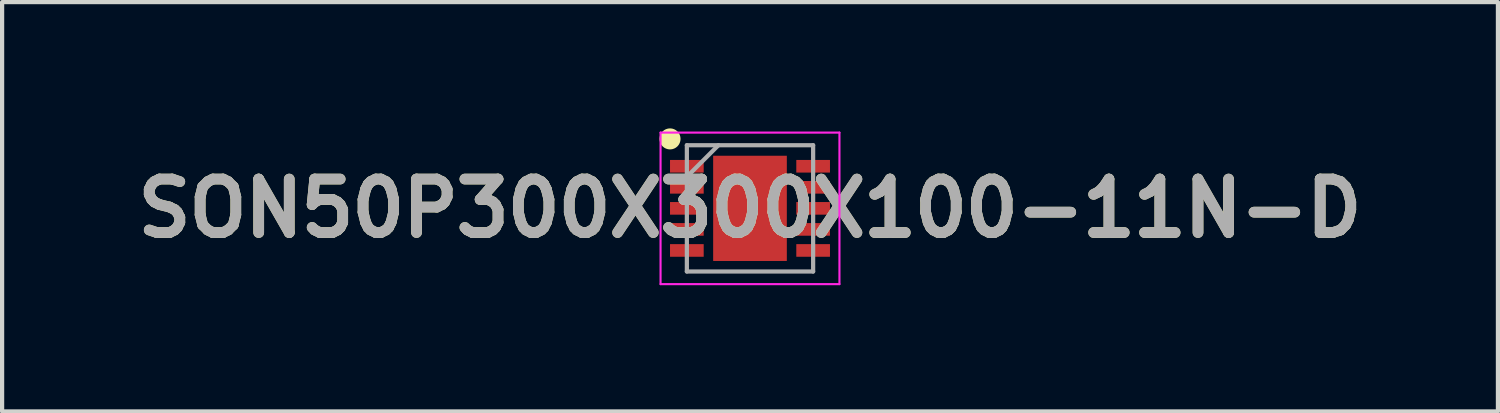
<source format=kicad_pcb>
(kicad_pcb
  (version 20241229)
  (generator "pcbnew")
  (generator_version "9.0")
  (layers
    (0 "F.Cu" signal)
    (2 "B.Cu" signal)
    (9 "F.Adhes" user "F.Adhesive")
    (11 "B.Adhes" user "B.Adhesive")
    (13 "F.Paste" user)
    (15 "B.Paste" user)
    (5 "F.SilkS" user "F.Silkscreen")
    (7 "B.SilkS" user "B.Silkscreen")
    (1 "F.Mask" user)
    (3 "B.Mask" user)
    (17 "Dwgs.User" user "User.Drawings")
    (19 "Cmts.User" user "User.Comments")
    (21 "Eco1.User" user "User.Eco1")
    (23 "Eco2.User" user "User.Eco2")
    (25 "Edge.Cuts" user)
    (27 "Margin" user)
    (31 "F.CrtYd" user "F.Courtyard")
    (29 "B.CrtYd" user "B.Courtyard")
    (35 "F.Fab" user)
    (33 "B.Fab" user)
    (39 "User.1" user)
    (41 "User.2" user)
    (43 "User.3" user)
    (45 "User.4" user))
  (footprint "SON50P300X300X100-11N-D"
    (layer "F.Cu")
    (at 14.768 1.9)
    (property "Reference" "SON50P300X300X100-11N-D" (at 0 0 0) (layer "F.SilkS") (effects (font (size 1.27 1.27) (thickness 0.254))))
    (attr smd)
    (fp_circle (center -1.9 -1.65) (end -1.9 -1.525) (stroke (width 0.25) (type solid)) (fill no) (layer "F.SilkS"))
    (fp_line (start -2.125 -1.8) (end 2.125 -1.8) (stroke (width 0.05) (type solid)) (layer "F.CrtYd"))
    (fp_line (start -2.125 1.8) (end -2.125 -1.8) (stroke (width 0.05) (type solid)) (layer "F.CrtYd"))
    (fp_line (start 2.125 -1.8) (end 2.125 1.8) (stroke (width 0.05) (type solid)) (layer "F.CrtYd"))
    (fp_line (start 2.125 1.8) (end -2.125 1.8) (stroke (width 0.05) (type solid)) (layer "F.CrtYd"))
    (fp_line (start -1.5 -1.5) (end 1.5 -1.5) (stroke (width 0.1) (type solid)) (layer "F.Fab"))
    (fp_line (start -1.5 -0.75) (end -0.75 -1.5) (stroke (width 0.1) (type solid)) (layer "F.Fab"))
    (fp_line (start -1.5 1.5) (end -1.5 -1.5) (stroke (width 0.1) (type solid)) (layer "F.Fab"))
    (fp_line (start 1.5 -1.5) (end 1.5 1.5) (stroke (width 0.1) (type solid)) (layer "F.Fab"))
    (fp_line (start 1.5 1.5) (end -1.5 1.5) (stroke (width 0.1) (type solid)) (layer "F.Fab"))
    (fp_text user "${REFERENCE}" (at 0 0 0) (layer "F.Fab") (effects (font (size 1.27 1.27) (thickness 0.254))))
    (pad "1" smd rect (at -1.5 -1 90) (size 0.3 0.8) (layers "F.Cu" "F.Mask" "F.Paste"))
    (pad "2" smd rect (at -1.5 -0.5 90) (size 0.3 0.8) (layers "F.Cu" "F.Mask" "F.Paste"))
    (pad "3" smd rect (at -1.5 0 90) (size 0.3 0.8) (layers "F.Cu" "F.Mask" "F.Paste"))
    (pad "4" smd rect (at -1.5 0.5 90) (size 0.3 0.8) (layers "F.Cu" "F.Mask" "F.Paste"))
    (pad "5" smd rect (at -1.5 1 90) (size 0.3 0.8) (layers "F.Cu" "F.Mask" "F.Paste"))
    (pad "6" smd rect (at 1.5 1 90) (size 0.3 0.8) (layers "F.Cu" "F.Mask" "F.Paste"))
    (pad "7" smd rect (at 1.5 0.5 90) (size 0.3 0.8) (layers "F.Cu" "F.Mask" "F.Paste"))
    (pad "8" smd rect (at 1.5 0 90) (size 0.3 0.8) (layers "F.Cu" "F.Mask" "F.Paste"))
    (pad "9" smd rect (at 1.5 -0.5 90) (size 0.3 0.8) (layers "F.Cu" "F.Mask" "F.Paste"))
    (pad "10" smd rect (at 1.5 -1 90) (size 0.3 0.8) (layers "F.Cu" "F.Mask" "F.Paste"))
    (pad "11" smd rect (at 0 0) (size 1.75 2.5) (layers "F.Cu" "F.Mask" "F.Paste")))
  (gr_rect
    (start -3 -3)
    (end 32.537 6.725)
    (stroke (width 0.1) (type default))
    (fill no)
    (layer "Edge.Cuts")))
</source>
